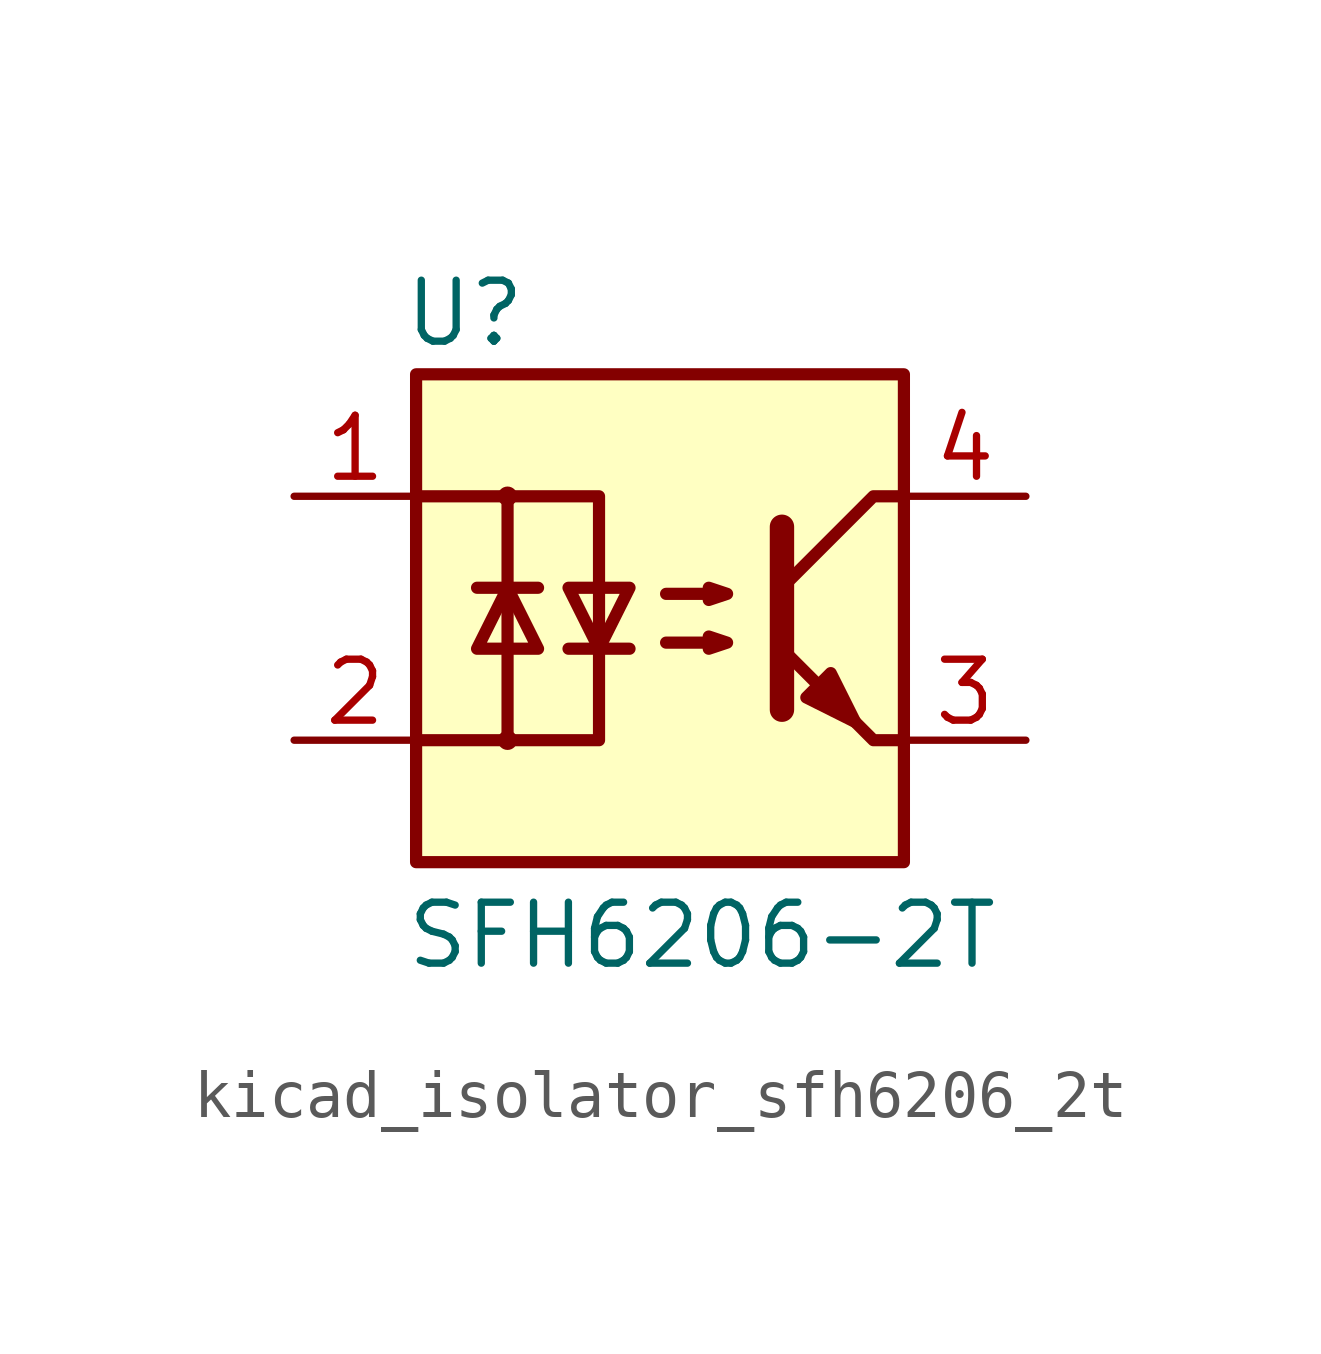
<source format=kicad_sym>
(kicad_symbol_lib
  (version 20220914)
  (generator kicad_symbol_editor)
  (symbol "kicad_isolator_sfh6206_2t"
    (pin_names
      (offset 1.016))
    (property "Reference" "U"
      (at -4.064 6.35 0)
      (effects (font (size 1.27 1.27))))
    (property "Value" "SFH6206-2T"
      (at -5.334 -6.604 0)
      (effects (font (size 1.27 1.27)) (justify left)))
    (symbol "kicad_isolator_sfh6206_2t_1_1"
      (rectangle (start -5.08 5.08) (end 5.08 -5.08) (stroke (width 0.254) (type default)) (fill (type background)))
      (circle (center -3.175 -2.54) (radius 0.127) (stroke (width 0) (type default)) (fill (type none)))
      (circle (center -3.175 2.54) (radius 0.127) (stroke (width 0) (type default)) (fill (type none)))
      (polyline (pts (xy -3.81 0.635) (xy -2.54 0.635)) (stroke (width 0.254) (type default)) (fill (type none)))
      (polyline (pts (xy -1.905 -0.635) (xy -0.635 -0.635)) (stroke (width 0.254) (type default)) (fill (type none)))
      (polyline (pts (xy 2.54 1.905) (xy 2.54 -1.905) (xy 2.54 -1.905)) (stroke (width 0.508) (type default)) (fill (type none)))
      (polyline (pts (xy 5.08 -2.54) (xy 4.445 -2.54) (xy 2.54 -0.635)) (stroke (width 0.254) (type default)) (fill (type none)))
      (polyline (pts (xy 5.08 2.54) (xy 4.445 2.54) (xy 2.54 0.635)) (stroke (width 0.254) (type default)) (fill (type none)))
      (polyline (pts (xy -5.08 2.54) (xy -3.175 2.54) (xy -3.175 -2.54) (xy -5.08 -2.54)) (stroke (width 0.254) (type default)) (fill (type none)))
      (polyline (pts (xy -3.175 -2.54) (xy -1.27 -2.54) (xy -1.27 2.54) (xy -3.175 2.54)) (stroke (width 0.254) (type default)) (fill (type none)))
      (polyline (pts (xy -3.175 0.635) (xy -3.81 -0.635) (xy -2.54 -0.635) (xy -3.175 0.635)) (stroke (width 0.254) (type default)) (fill (type none)))
      (polyline (pts (xy -1.27 -0.635) (xy -1.905 0.635) (xy -0.635 0.635) (xy -1.27 -0.635)) (stroke (width 0.254) (type default)) (fill (type none)))
      (polyline (pts (xy 0.127 -0.508) (xy 1.397 -0.508) (xy 1.016 -0.635) (xy 1.016 -0.381) (xy 1.397 -0.508)) (stroke (width 0.254) (type default)) (fill (type none)))
      (polyline (pts (xy 0.127 0.508) (xy 1.397 0.508) (xy 1.016 0.381) (xy 1.016 0.635) (xy 1.397 0.508)) (stroke (width 0.254) (type default)) (fill (type none)))
      (polyline (pts (xy 3.048 -1.651) (xy 3.556 -1.143) (xy 4.064 -2.159) (xy 3.048 -1.651) (xy 3.048 -1.651)) (stroke (width 0.254) (type default)) (fill (type outline)))
      (pin passive line (at -7.62 2.54 0) (length 2.54) (name "~" (effects (font (size 1.27 1.27)))) (number "1" (effects (font (size 1.27 1.27)))))
      (pin passive line (at -7.62 -2.54 0) (length 2.54) (name "~" (effects (font (size 1.27 1.27)))) (number "2" (effects (font (size 1.27 1.27)))))
      (pin passive line (at 7.62 -2.54 180) (length 2.54) (name "~" (effects (font (size 1.27 1.27)))) (number "3" (effects (font (size 1.27 1.27)))))
      (pin passive line (at 7.62 2.54 180) (length 2.54) (name "~" (effects (font (size 1.27 1.27)))) (number "4" (effects (font (size 1.27 1.27))))))))
</source>
